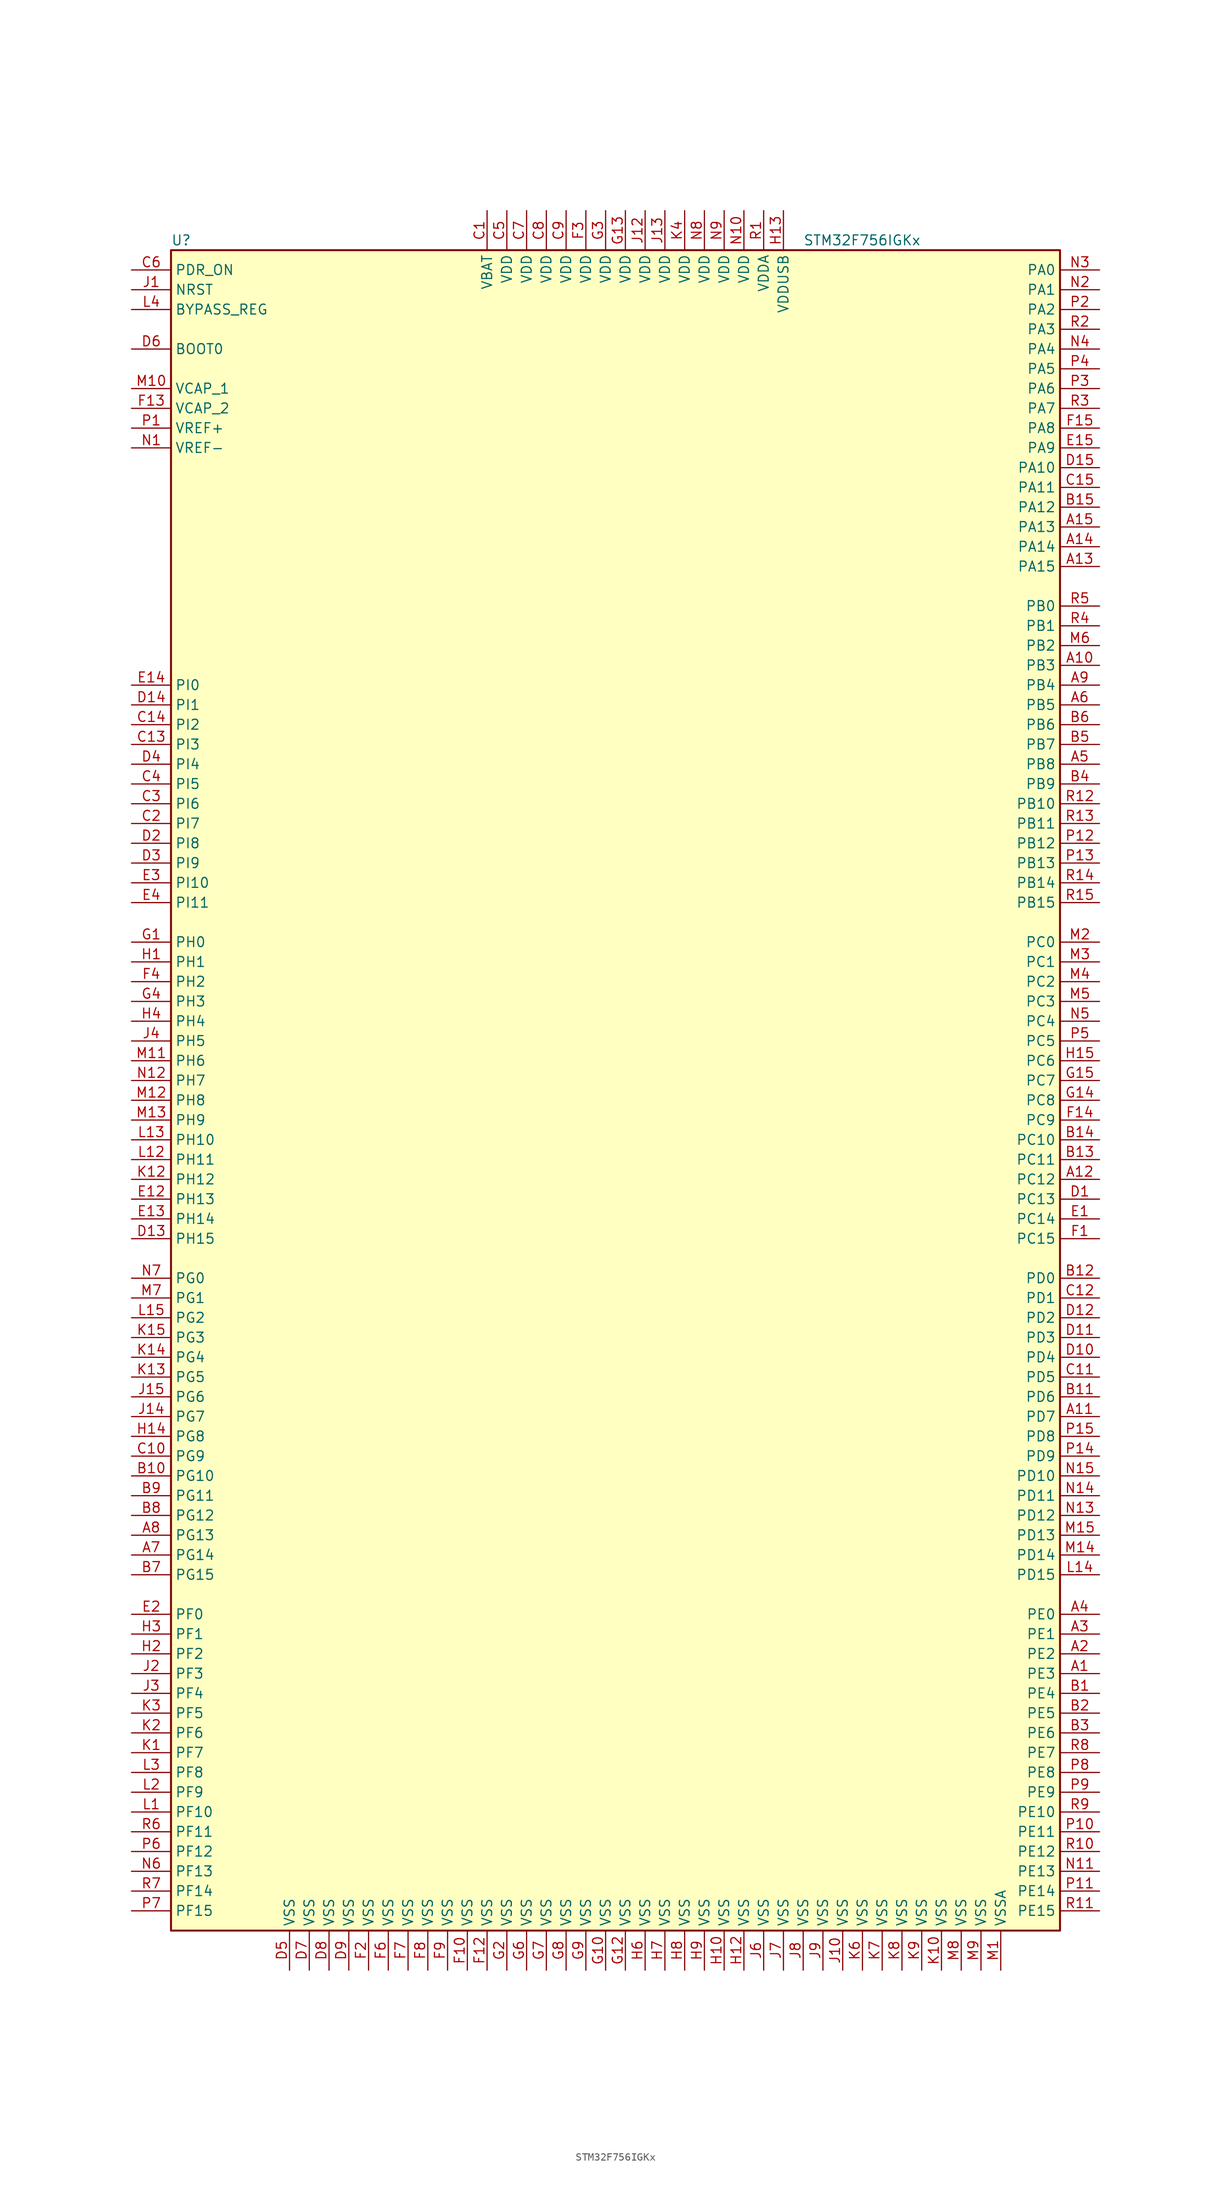
<source format=kicad_sym>
(kicad_symbol_lib
  (version 20201005)
  (generator kicad_symbol_editor)
  (symbol "STM32F756IGKx"
    (property "Reference" "U"
      (at -58.42 107.95 0)
      (effects (font (size 1.27 1.27)) (justify left)))
    (property "Value" "STM32F756IGKx"
      (at 22.86 107.95 0)
      (effects (font (size 1.27 1.27)) (justify left)))
    (symbol "STM32F756IGKx_0_1"
      (rectangle (start -58.42 -109.22) (end 55.88 106.68) (stroke (width 0.254)) (fill (type background))))
    (symbol "STM32F756IGKx_1_1"
      (pin input line (at -63.5 93.98 0) (length 5.08) (name "BOOT0" (effects (font (size 1.27 1.27)))) (number "D6" (effects (font (size 1.27 1.27)))))
      (pin input line (at -63.5 99.06 0) (length 5.08) (name "BYPASS_REG" (effects (font (size 1.27 1.27)))) (number "L4" (effects (font (size 1.27 1.27)))))
      (pin input line (at -63.5 101.6 0) (length 5.08) (name "NRST" (effects (font (size 1.27 1.27)))) (number "J1" (effects (font (size 1.27 1.27)))))
      (pin bidirectional line (at 60.96 104.14 180) (length 5.08) (name "PA0" (effects (font (size 1.27 1.27)))) (number "N3" (effects (font (size 1.27 1.27)))))
      (pin bidirectional line (at 60.96 101.6 180) (length 5.08) (name "PA1" (effects (font (size 1.27 1.27)))) (number "N2" (effects (font (size 1.27 1.27)))))
      (pin bidirectional line (at 60.96 78.74 180) (length 5.08) (name "PA10" (effects (font (size 1.27 1.27)))) (number "D15" (effects (font (size 1.27 1.27)))))
      (pin bidirectional line (at 60.96 76.2 180) (length 5.08) (name "PA11" (effects (font (size 1.27 1.27)))) (number "C15" (effects (font (size 1.27 1.27)))))
      (pin bidirectional line (at 60.96 73.66 180) (length 5.08) (name "PA12" (effects (font (size 1.27 1.27)))) (number "B15" (effects (font (size 1.27 1.27)))))
      (pin bidirectional line (at 60.96 71.12 180) (length 5.08) (name "PA13" (effects (font (size 1.27 1.27)))) (number "A15" (effects (font (size 1.27 1.27)))))
      (pin bidirectional line (at 60.96 68.58 180) (length 5.08) (name "PA14" (effects (font (size 1.27 1.27)))) (number "A14" (effects (font (size 1.27 1.27)))))
      (pin bidirectional line (at 60.96 66.04 180) (length 5.08) (name "PA15" (effects (font (size 1.27 1.27)))) (number "A13" (effects (font (size 1.27 1.27)))))
      (pin bidirectional line (at 60.96 99.06 180) (length 5.08) (name "PA2" (effects (font (size 1.27 1.27)))) (number "P2" (effects (font (size 1.27 1.27)))))
      (pin bidirectional line (at 60.96 96.52 180) (length 5.08) (name "PA3" (effects (font (size 1.27 1.27)))) (number "R2" (effects (font (size 1.27 1.27)))))
      (pin bidirectional line (at 60.96 93.98 180) (length 5.08) (name "PA4" (effects (font (size 1.27 1.27)))) (number "N4" (effects (font (size 1.27 1.27)))))
      (pin bidirectional line (at 60.96 91.44 180) (length 5.08) (name "PA5" (effects (font (size 1.27 1.27)))) (number "P4" (effects (font (size 1.27 1.27)))))
      (pin bidirectional line (at 60.96 88.9 180) (length 5.08) (name "PA6" (effects (font (size 1.27 1.27)))) (number "P3" (effects (font (size 1.27 1.27)))))
      (pin bidirectional line (at 60.96 86.36 180) (length 5.08) (name "PA7" (effects (font (size 1.27 1.27)))) (number "R3" (effects (font (size 1.27 1.27)))))
      (pin bidirectional line (at 60.96 83.82 180) (length 5.08) (name "PA8" (effects (font (size 1.27 1.27)))) (number "F15" (effects (font (size 1.27 1.27)))))
      (pin bidirectional line (at 60.96 81.28 180) (length 5.08) (name "PA9" (effects (font (size 1.27 1.27)))) (number "E15" (effects (font (size 1.27 1.27)))))
      (pin bidirectional line (at 60.96 60.96 180) (length 5.08) (name "PB0" (effects (font (size 1.27 1.27)))) (number "R5" (effects (font (size 1.27 1.27)))))
      (pin bidirectional line (at 60.96 58.42 180) (length 5.08) (name "PB1" (effects (font (size 1.27 1.27)))) (number "R4" (effects (font (size 1.27 1.27)))))
      (pin bidirectional line (at 60.96 35.56 180) (length 5.08) (name "PB10" (effects (font (size 1.27 1.27)))) (number "R12" (effects (font (size 1.27 1.27)))))
      (pin bidirectional line (at 60.96 33.02 180) (length 5.08) (name "PB11" (effects (font (size 1.27 1.27)))) (number "R13" (effects (font (size 1.27 1.27)))))
      (pin bidirectional line (at 60.96 30.48 180) (length 5.08) (name "PB12" (effects (font (size 1.27 1.27)))) (number "P12" (effects (font (size 1.27 1.27)))))
      (pin bidirectional line (at 60.96 27.94 180) (length 5.08) (name "PB13" (effects (font (size 1.27 1.27)))) (number "P13" (effects (font (size 1.27 1.27)))))
      (pin bidirectional line (at 60.96 25.4 180) (length 5.08) (name "PB14" (effects (font (size 1.27 1.27)))) (number "R14" (effects (font (size 1.27 1.27)))))
      (pin bidirectional line (at 60.96 22.86 180) (length 5.08) (name "PB15" (effects (font (size 1.27 1.27)))) (number "R15" (effects (font (size 1.27 1.27)))))
      (pin bidirectional line (at 60.96 55.88 180) (length 5.08) (name "PB2" (effects (font (size 1.27 1.27)))) (number "M6" (effects (font (size 1.27 1.27)))))
      (pin bidirectional line (at 60.96 53.34 180) (length 5.08) (name "PB3" (effects (font (size 1.27 1.27)))) (number "A10" (effects (font (size 1.27 1.27)))))
      (pin bidirectional line (at 60.96 50.8 180) (length 5.08) (name "PB4" (effects (font (size 1.27 1.27)))) (number "A9" (effects (font (size 1.27 1.27)))))
      (pin bidirectional line (at 60.96 48.26 180) (length 5.08) (name "PB5" (effects (font (size 1.27 1.27)))) (number "A6" (effects (font (size 1.27 1.27)))))
      (pin bidirectional line (at 60.96 45.72 180) (length 5.08) (name "PB6" (effects (font (size 1.27 1.27)))) (number "B6" (effects (font (size 1.27 1.27)))))
      (pin bidirectional line (at 60.96 43.18 180) (length 5.08) (name "PB7" (effects (font (size 1.27 1.27)))) (number "B5" (effects (font (size 1.27 1.27)))))
      (pin bidirectional line (at 60.96 40.64 180) (length 5.08) (name "PB8" (effects (font (size 1.27 1.27)))) (number "A5" (effects (font (size 1.27 1.27)))))
      (pin bidirectional line (at 60.96 38.1 180) (length 5.08) (name "PB9" (effects (font (size 1.27 1.27)))) (number "B4" (effects (font (size 1.27 1.27)))))
      (pin bidirectional line (at 60.96 17.78 180) (length 5.08) (name "PC0" (effects (font (size 1.27 1.27)))) (number "M2" (effects (font (size 1.27 1.27)))))
      (pin bidirectional line (at 60.96 15.24 180) (length 5.08) (name "PC1" (effects (font (size 1.27 1.27)))) (number "M3" (effects (font (size 1.27 1.27)))))
      (pin bidirectional line (at 60.96 -7.62 180) (length 5.08) (name "PC10" (effects (font (size 1.27 1.27)))) (number "B14" (effects (font (size 1.27 1.27)))))
      (pin bidirectional line (at 60.96 -10.16 180) (length 5.08) (name "PC11" (effects (font (size 1.27 1.27)))) (number "B13" (effects (font (size 1.27 1.27)))))
      (pin bidirectional line (at 60.96 -12.7 180) (length 5.08) (name "PC12" (effects (font (size 1.27 1.27)))) (number "A12" (effects (font (size 1.27 1.27)))))
      (pin bidirectional line (at 60.96 -15.24 180) (length 5.08) (name "PC13" (effects (font (size 1.27 1.27)))) (number "D1" (effects (font (size 1.27 1.27)))))
      (pin bidirectional line (at 60.96 -17.78 180) (length 5.08) (name "PC14" (effects (font (size 1.27 1.27)))) (number "E1" (effects (font (size 1.27 1.27)))))
      (pin bidirectional line (at 60.96 -20.32 180) (length 5.08) (name "PC15" (effects (font (size 1.27 1.27)))) (number "F1" (effects (font (size 1.27 1.27)))))
      (pin bidirectional line (at 60.96 12.7 180) (length 5.08) (name "PC2" (effects (font (size 1.27 1.27)))) (number "M4" (effects (font (size 1.27 1.27)))))
      (pin bidirectional line (at 60.96 10.16 180) (length 5.08) (name "PC3" (effects (font (size 1.27 1.27)))) (number "M5" (effects (font (size 1.27 1.27)))))
      (pin bidirectional line (at 60.96 7.62 180) (length 5.08) (name "PC4" (effects (font (size 1.27 1.27)))) (number "N5" (effects (font (size 1.27 1.27)))))
      (pin bidirectional line (at 60.96 5.08 180) (length 5.08) (name "PC5" (effects (font (size 1.27 1.27)))) (number "P5" (effects (font (size 1.27 1.27)))))
      (pin bidirectional line (at 60.96 2.54 180) (length 5.08) (name "PC6" (effects (font (size 1.27 1.27)))) (number "H15" (effects (font (size 1.27 1.27)))))
      (pin bidirectional line (at 60.96 0 180) (length 5.08) (name "PC7" (effects (font (size 1.27 1.27)))) (number "G15" (effects (font (size 1.27 1.27)))))
      (pin bidirectional line (at 60.96 -2.54 180) (length 5.08) (name "PC8" (effects (font (size 1.27 1.27)))) (number "G14" (effects (font (size 1.27 1.27)))))
      (pin bidirectional line (at 60.96 -5.08 180) (length 5.08) (name "PC9" (effects (font (size 1.27 1.27)))) (number "F14" (effects (font (size 1.27 1.27)))))
      (pin bidirectional line (at 60.96 -25.4 180) (length 5.08) (name "PD0" (effects (font (size 1.27 1.27)))) (number "B12" (effects (font (size 1.27 1.27)))))
      (pin bidirectional line (at 60.96 -27.94 180) (length 5.08) (name "PD1" (effects (font (size 1.27 1.27)))) (number "C12" (effects (font (size 1.27 1.27)))))
      (pin bidirectional line (at 60.96 -50.8 180) (length 5.08) (name "PD10" (effects (font (size 1.27 1.27)))) (number "N15" (effects (font (size 1.27 1.27)))))
      (pin bidirectional line (at 60.96 -53.34 180) (length 5.08) (name "PD11" (effects (font (size 1.27 1.27)))) (number "N14" (effects (font (size 1.27 1.27)))))
      (pin bidirectional line (at 60.96 -55.88 180) (length 5.08) (name "PD12" (effects (font (size 1.27 1.27)))) (number "N13" (effects (font (size 1.27 1.27)))))
      (pin bidirectional line (at 60.96 -58.42 180) (length 5.08) (name "PD13" (effects (font (size 1.27 1.27)))) (number "M15" (effects (font (size 1.27 1.27)))))
      (pin bidirectional line (at 60.96 -60.96 180) (length 5.08) (name "PD14" (effects (font (size 1.27 1.27)))) (number "M14" (effects (font (size 1.27 1.27)))))
      (pin bidirectional line (at 60.96 -63.5 180) (length 5.08) (name "PD15" (effects (font (size 1.27 1.27)))) (number "L14" (effects (font (size 1.27 1.27)))))
      (pin bidirectional line (at 60.96 -30.48 180) (length 5.08) (name "PD2" (effects (font (size 1.27 1.27)))) (number "D12" (effects (font (size 1.27 1.27)))))
      (pin bidirectional line (at 60.96 -33.02 180) (length 5.08) (name "PD3" (effects (font (size 1.27 1.27)))) (number "D11" (effects (font (size 1.27 1.27)))))
      (pin bidirectional line (at 60.96 -35.56 180) (length 5.08) (name "PD4" (effects (font (size 1.27 1.27)))) (number "D10" (effects (font (size 1.27 1.27)))))
      (pin bidirectional line (at 60.96 -38.1 180) (length 5.08) (name "PD5" (effects (font (size 1.27 1.27)))) (number "C11" (effects (font (size 1.27 1.27)))))
      (pin bidirectional line (at 60.96 -40.64 180) (length 5.08) (name "PD6" (effects (font (size 1.27 1.27)))) (number "B11" (effects (font (size 1.27 1.27)))))
      (pin bidirectional line (at 60.96 -43.18 180) (length 5.08) (name "PD7" (effects (font (size 1.27 1.27)))) (number "A11" (effects (font (size 1.27 1.27)))))
      (pin bidirectional line (at 60.96 -45.72 180) (length 5.08) (name "PD8" (effects (font (size 1.27 1.27)))) (number "P15" (effects (font (size 1.27 1.27)))))
      (pin bidirectional line (at 60.96 -48.26 180) (length 5.08) (name "PD9" (effects (font (size 1.27 1.27)))) (number "P14" (effects (font (size 1.27 1.27)))))
      (pin input line (at -63.5 104.14 0) (length 5.08) (name "PDR_ON" (effects (font (size 1.27 1.27)))) (number "C6" (effects (font (size 1.27 1.27)))))
      (pin bidirectional line (at 60.96 -68.58 180) (length 5.08) (name "PE0" (effects (font (size 1.27 1.27)))) (number "A4" (effects (font (size 1.27 1.27)))))
      (pin bidirectional line (at 60.96 -71.12 180) (length 5.08) (name "PE1" (effects (font (size 1.27 1.27)))) (number "A3" (effects (font (size 1.27 1.27)))))
      (pin bidirectional line (at 60.96 -93.98 180) (length 5.08) (name "PE10" (effects (font (size 1.27 1.27)))) (number "R9" (effects (font (size 1.27 1.27)))))
      (pin bidirectional line (at 60.96 -96.52 180) (length 5.08) (name "PE11" (effects (font (size 1.27 1.27)))) (number "P10" (effects (font (size 1.27 1.27)))))
      (pin bidirectional line (at 60.96 -99.06 180) (length 5.08) (name "PE12" (effects (font (size 1.27 1.27)))) (number "R10" (effects (font (size 1.27 1.27)))))
      (pin bidirectional line (at 60.96 -101.6 180) (length 5.08) (name "PE13" (effects (font (size 1.27 1.27)))) (number "N11" (effects (font (size 1.27 1.27)))))
      (pin bidirectional line (at 60.96 -104.14 180) (length 5.08) (name "PE14" (effects (font (size 1.27 1.27)))) (number "P11" (effects (font (size 1.27 1.27)))))
      (pin bidirectional line (at 60.96 -106.68 180) (length 5.08) (name "PE15" (effects (font (size 1.27 1.27)))) (number "R11" (effects (font (size 1.27 1.27)))))
      (pin bidirectional line (at 60.96 -73.66 180) (length 5.08) (name "PE2" (effects (font (size 1.27 1.27)))) (number "A2" (effects (font (size 1.27 1.27)))))
      (pin bidirectional line (at 60.96 -76.2 180) (length 5.08) (name "PE3" (effects (font (size 1.27 1.27)))) (number "A1" (effects (font (size 1.27 1.27)))))
      (pin bidirectional line (at 60.96 -78.74 180) (length 5.08) (name "PE4" (effects (font (size 1.27 1.27)))) (number "B1" (effects (font (size 1.27 1.27)))))
      (pin bidirectional line (at 60.96 -81.28 180) (length 5.08) (name "PE5" (effects (font (size 1.27 1.27)))) (number "B2" (effects (font (size 1.27 1.27)))))
      (pin bidirectional line (at 60.96 -83.82 180) (length 5.08) (name "PE6" (effects (font (size 1.27 1.27)))) (number "B3" (effects (font (size 1.27 1.27)))))
      (pin bidirectional line (at 60.96 -86.36 180) (length 5.08) (name "PE7" (effects (font (size 1.27 1.27)))) (number "R8" (effects (font (size 1.27 1.27)))))
      (pin bidirectional line (at 60.96 -88.9 180) (length 5.08) (name "PE8" (effects (font (size 1.27 1.27)))) (number "P8" (effects (font (size 1.27 1.27)))))
      (pin bidirectional line (at 60.96 -91.44 180) (length 5.08) (name "PE9" (effects (font (size 1.27 1.27)))) (number "P9" (effects (font (size 1.27 1.27)))))
      (pin bidirectional line (at -63.5 -68.58 0) (length 5.08) (name "PF0" (effects (font (size 1.27 1.27)))) (number "E2" (effects (font (size 1.27 1.27)))))
      (pin bidirectional line (at -63.5 -71.12 0) (length 5.08) (name "PF1" (effects (font (size 1.27 1.27)))) (number "H3" (effects (font (size 1.27 1.27)))))
      (pin bidirectional line (at -63.5 -93.98 0) (length 5.08) (name "PF10" (effects (font (size 1.27 1.27)))) (number "L1" (effects (font (size 1.27 1.27)))))
      (pin bidirectional line (at -63.5 -96.52 0) (length 5.08) (name "PF11" (effects (font (size 1.27 1.27)))) (number "R6" (effects (font (size 1.27 1.27)))))
      (pin bidirectional line (at -63.5 -99.06 0) (length 5.08) (name "PF12" (effects (font (size 1.27 1.27)))) (number "P6" (effects (font (size 1.27 1.27)))))
      (pin bidirectional line (at -63.5 -101.6 0) (length 5.08) (name "PF13" (effects (font (size 1.27 1.27)))) (number "N6" (effects (font (size 1.27 1.27)))))
      (pin bidirectional line (at -63.5 -104.14 0) (length 5.08) (name "PF14" (effects (font (size 1.27 1.27)))) (number "R7" (effects (font (size 1.27 1.27)))))
      (pin bidirectional line (at -63.5 -106.68 0) (length 5.08) (name "PF15" (effects (font (size 1.27 1.27)))) (number "P7" (effects (font (size 1.27 1.27)))))
      (pin bidirectional line (at -63.5 -73.66 0) (length 5.08) (name "PF2" (effects (font (size 1.27 1.27)))) (number "H2" (effects (font (size 1.27 1.27)))))
      (pin bidirectional line (at -63.5 -76.2 0) (length 5.08) (name "PF3" (effects (font (size 1.27 1.27)))) (number "J2" (effects (font (size 1.27 1.27)))))
      (pin bidirectional line (at -63.5 -78.74 0) (length 5.08) (name "PF4" (effects (font (size 1.27 1.27)))) (number "J3" (effects (font (size 1.27 1.27)))))
      (pin bidirectional line (at -63.5 -81.28 0) (length 5.08) (name "PF5" (effects (font (size 1.27 1.27)))) (number "K3" (effects (font (size 1.27 1.27)))))
      (pin bidirectional line (at -63.5 -83.82 0) (length 5.08) (name "PF6" (effects (font (size 1.27 1.27)))) (number "K2" (effects (font (size 1.27 1.27)))))
      (pin bidirectional line (at -63.5 -86.36 0) (length 5.08) (name "PF7" (effects (font (size 1.27 1.27)))) (number "K1" (effects (font (size 1.27 1.27)))))
      (pin bidirectional line (at -63.5 -88.9 0) (length 5.08) (name "PF8" (effects (font (size 1.27 1.27)))) (number "L3" (effects (font (size 1.27 1.27)))))
      (pin bidirectional line (at -63.5 -91.44 0) (length 5.08) (name "PF9" (effects (font (size 1.27 1.27)))) (number "L2" (effects (font (size 1.27 1.27)))))
      (pin bidirectional line (at -63.5 -25.4 0) (length 5.08) (name "PG0" (effects (font (size 1.27 1.27)))) (number "N7" (effects (font (size 1.27 1.27)))))
      (pin bidirectional line (at -63.5 -27.94 0) (length 5.08) (name "PG1" (effects (font (size 1.27 1.27)))) (number "M7" (effects (font (size 1.27 1.27)))))
      (pin bidirectional line (at -63.5 -50.8 0) (length 5.08) (name "PG10" (effects (font (size 1.27 1.27)))) (number "B10" (effects (font (size 1.27 1.27)))))
      (pin bidirectional line (at -63.5 -53.34 0) (length 5.08) (name "PG11" (effects (font (size 1.27 1.27)))) (number "B9" (effects (font (size 1.27 1.27)))))
      (pin bidirectional line (at -63.5 -55.88 0) (length 5.08) (name "PG12" (effects (font (size 1.27 1.27)))) (number "B8" (effects (font (size 1.27 1.27)))))
      (pin bidirectional line (at -63.5 -58.42 0) (length 5.08) (name "PG13" (effects (font (size 1.27 1.27)))) (number "A8" (effects (font (size 1.27 1.27)))))
      (pin bidirectional line (at -63.5 -60.96 0) (length 5.08) (name "PG14" (effects (font (size 1.27 1.27)))) (number "A7" (effects (font (size 1.27 1.27)))))
      (pin bidirectional line (at -63.5 -63.5 0) (length 5.08) (name "PG15" (effects (font (size 1.27 1.27)))) (number "B7" (effects (font (size 1.27 1.27)))))
      (pin bidirectional line (at -63.5 -30.48 0) (length 5.08) (name "PG2" (effects (font (size 1.27 1.27)))) (number "L15" (effects (font (size 1.27 1.27)))))
      (pin bidirectional line (at -63.5 -33.02 0) (length 5.08) (name "PG3" (effects (font (size 1.27 1.27)))) (number "K15" (effects (font (size 1.27 1.27)))))
      (pin bidirectional line (at -63.5 -35.56 0) (length 5.08) (name "PG4" (effects (font (size 1.27 1.27)))) (number "K14" (effects (font (size 1.27 1.27)))))
      (pin bidirectional line (at -63.5 -38.1 0) (length 5.08) (name "PG5" (effects (font (size 1.27 1.27)))) (number "K13" (effects (font (size 1.27 1.27)))))
      (pin bidirectional line (at -63.5 -40.64 0) (length 5.08) (name "PG6" (effects (font (size 1.27 1.27)))) (number "J15" (effects (font (size 1.27 1.27)))))
      (pin bidirectional line (at -63.5 -43.18 0) (length 5.08) (name "PG7" (effects (font (size 1.27 1.27)))) (number "J14" (effects (font (size 1.27 1.27)))))
      (pin bidirectional line (at -63.5 -45.72 0) (length 5.08) (name "PG8" (effects (font (size 1.27 1.27)))) (number "H14" (effects (font (size 1.27 1.27)))))
      (pin bidirectional line (at -63.5 -48.26 0) (length 5.08) (name "PG9" (effects (font (size 1.27 1.27)))) (number "C10" (effects (font (size 1.27 1.27)))))
      (pin input line (at -63.5 17.78 0) (length 5.08) (name "PH0" (effects (font (size 1.27 1.27)))) (number "G1" (effects (font (size 1.27 1.27)))))
      (pin input line (at -63.5 15.24 0) (length 5.08) (name "PH1" (effects (font (size 1.27 1.27)))) (number "H1" (effects (font (size 1.27 1.27)))))
      (pin bidirectional line (at -63.5 -7.62 0) (length 5.08) (name "PH10" (effects (font (size 1.27 1.27)))) (number "L13" (effects (font (size 1.27 1.27)))))
      (pin bidirectional line (at -63.5 -10.16 0) (length 5.08) (name "PH11" (effects (font (size 1.27 1.27)))) (number "L12" (effects (font (size 1.27 1.27)))))
      (pin bidirectional line (at -63.5 -12.7 0) (length 5.08) (name "PH12" (effects (font (size 1.27 1.27)))) (number "K12" (effects (font (size 1.27 1.27)))))
      (pin bidirectional line (at -63.5 -15.24 0) (length 5.08) (name "PH13" (effects (font (size 1.27 1.27)))) (number "E12" (effects (font (size 1.27 1.27)))))
      (pin bidirectional line (at -63.5 -17.78 0) (length 5.08) (name "PH14" (effects (font (size 1.27 1.27)))) (number "E13" (effects (font (size 1.27 1.27)))))
      (pin bidirectional line (at -63.5 -20.32 0) (length 5.08) (name "PH15" (effects (font (size 1.27 1.27)))) (number "D13" (effects (font (size 1.27 1.27)))))
      (pin bidirectional line (at -63.5 12.7 0) (length 5.08) (name "PH2" (effects (font (size 1.27 1.27)))) (number "F4" (effects (font (size 1.27 1.27)))))
      (pin bidirectional line (at -63.5 10.16 0) (length 5.08) (name "PH3" (effects (font (size 1.27 1.27)))) (number "G4" (effects (font (size 1.27 1.27)))))
      (pin bidirectional line (at -63.5 7.62 0) (length 5.08) (name "PH4" (effects (font (size 1.27 1.27)))) (number "H4" (effects (font (size 1.27 1.27)))))
      (pin bidirectional line (at -63.5 5.08 0) (length 5.08) (name "PH5" (effects (font (size 1.27 1.27)))) (number "J4" (effects (font (size 1.27 1.27)))))
      (pin bidirectional line (at -63.5 2.54 0) (length 5.08) (name "PH6" (effects (font (size 1.27 1.27)))) (number "M11" (effects (font (size 1.27 1.27)))))
      (pin bidirectional line (at -63.5 0 0) (length 5.08) (name "PH7" (effects (font (size 1.27 1.27)))) (number "N12" (effects (font (size 1.27 1.27)))))
      (pin bidirectional line (at -63.5 -2.54 0) (length 5.08) (name "PH8" (effects (font (size 1.27 1.27)))) (number "M12" (effects (font (size 1.27 1.27)))))
      (pin bidirectional line (at -63.5 -5.08 0) (length 5.08) (name "PH9" (effects (font (size 1.27 1.27)))) (number "M13" (effects (font (size 1.27 1.27)))))
      (pin bidirectional line (at -63.5 50.8 0) (length 5.08) (name "PI0" (effects (font (size 1.27 1.27)))) (number "E14" (effects (font (size 1.27 1.27)))))
      (pin bidirectional line (at -63.5 48.26 0) (length 5.08) (name "PI1" (effects (font (size 1.27 1.27)))) (number "D14" (effects (font (size 1.27 1.27)))))
      (pin bidirectional line (at -63.5 25.4 0) (length 5.08) (name "PI10" (effects (font (size 1.27 1.27)))) (number "E3" (effects (font (size 1.27 1.27)))))
      (pin bidirectional line (at -63.5 22.86 0) (length 5.08) (name "PI11" (effects (font (size 1.27 1.27)))) (number "E4" (effects (font (size 1.27 1.27)))))
      (pin bidirectional line (at -63.5 45.72 0) (length 5.08) (name "PI2" (effects (font (size 1.27 1.27)))) (number "C14" (effects (font (size 1.27 1.27)))))
      (pin bidirectional line (at -63.5 43.18 0) (length 5.08) (name "PI3" (effects (font (size 1.27 1.27)))) (number "C13" (effects (font (size 1.27 1.27)))))
      (pin bidirectional line (at -63.5 40.64 0) (length 5.08) (name "PI4" (effects (font (size 1.27 1.27)))) (number "D4" (effects (font (size 1.27 1.27)))))
      (pin bidirectional line (at -63.5 38.1 0) (length 5.08) (name "PI5" (effects (font (size 1.27 1.27)))) (number "C4" (effects (font (size 1.27 1.27)))))
      (pin bidirectional line (at -63.5 35.56 0) (length 5.08) (name "PI6" (effects (font (size 1.27 1.27)))) (number "C3" (effects (font (size 1.27 1.27)))))
      (pin bidirectional line (at -63.5 33.02 0) (length 5.08) (name "PI7" (effects (font (size 1.27 1.27)))) (number "C2" (effects (font (size 1.27 1.27)))))
      (pin bidirectional line (at -63.5 30.48 0) (length 5.08) (name "PI8" (effects (font (size 1.27 1.27)))) (number "D2" (effects (font (size 1.27 1.27)))))
      (pin bidirectional line (at -63.5 27.94 0) (length 5.08) (name "PI9" (effects (font (size 1.27 1.27)))) (number "D3" (effects (font (size 1.27 1.27)))))
      (pin power_in line (at -17.78 111.76 270) (length 5.08) (name "VBAT" (effects (font (size 1.27 1.27)))) (number "C1" (effects (font (size 1.27 1.27)))))
      (pin power_in line (at -63.5 88.9 0) (length 5.08) (name "VCAP_1" (effects (font (size 1.27 1.27)))) (number "M10" (effects (font (size 1.27 1.27)))))
      (pin power_in line (at -63.5 86.36 0) (length 5.08) (name "VCAP_2" (effects (font (size 1.27 1.27)))) (number "F13" (effects (font (size 1.27 1.27)))))
      (pin power_in line (at -15.24 111.76 270) (length 5.08) (name "VDD" (effects (font (size 1.27 1.27)))) (number "C5" (effects (font (size 1.27 1.27)))))
      (pin power_in line (at -12.7 111.76 270) (length 5.08) (name "VDD" (effects (font (size 1.27 1.27)))) (number "C7" (effects (font (size 1.27 1.27)))))
      (pin power_in line (at -10.16 111.76 270) (length 5.08) (name "VDD" (effects (font (size 1.27 1.27)))) (number "C8" (effects (font (size 1.27 1.27)))))
      (pin power_in line (at -7.62 111.76 270) (length 5.08) (name "VDD" (effects (font (size 1.27 1.27)))) (number "C9" (effects (font (size 1.27 1.27)))))
      (pin power_in line (at -5.08 111.76 270) (length 5.08) (name "VDD" (effects (font (size 1.27 1.27)))) (number "F3" (effects (font (size 1.27 1.27)))))
      (pin power_in line (at 0 111.76 270) (length 5.08) (name "VDD" (effects (font (size 1.27 1.27)))) (number "G13" (effects (font (size 1.27 1.27)))))
      (pin power_in line (at -2.54 111.76 270) (length 5.08) (name "VDD" (effects (font (size 1.27 1.27)))) (number "G3" (effects (font (size 1.27 1.27)))))
      (pin power_in line (at 2.54 111.76 270) (length 5.08) (name "VDD" (effects (font (size 1.27 1.27)))) (number "J12" (effects (font (size 1.27 1.27)))))
      (pin power_in line (at 5.08 111.76 270) (length 5.08) (name "VDD" (effects (font (size 1.27 1.27)))) (number "J13" (effects (font (size 1.27 1.27)))))
      (pin power_in line (at 7.62 111.76 270) (length 5.08) (name "VDD" (effects (font (size 1.27 1.27)))) (number "K4" (effects (font (size 1.27 1.27)))))
      (pin power_in line (at 15.24 111.76 270) (length 5.08) (name "VDD" (effects (font (size 1.27 1.27)))) (number "N10" (effects (font (size 1.27 1.27)))))
      (pin power_in line (at 10.16 111.76 270) (length 5.08) (name "VDD" (effects (font (size 1.27 1.27)))) (number "N8" (effects (font (size 1.27 1.27)))))
      (pin power_in line (at 12.7 111.76 270) (length 5.08) (name "VDD" (effects (font (size 1.27 1.27)))) (number "N9" (effects (font (size 1.27 1.27)))))
      (pin power_in line (at 17.78 111.76 270) (length 5.08) (name "VDDA" (effects (font (size 1.27 1.27)))) (number "R1" (effects (font (size 1.27 1.27)))))
      (pin power_in line (at 20.32 111.76 270) (length 5.08) (name "VDDUSB" (effects (font (size 1.27 1.27)))) (number "H13" (effects (font (size 1.27 1.27)))))
      (pin power_in line (at -63.5 83.82 0) (length 5.08) (name "VREF+" (effects (font (size 1.27 1.27)))) (number "P1" (effects (font (size 1.27 1.27)))))
      (pin power_in line (at -63.5 81.28 0) (length 5.08) (name "VREF-" (effects (font (size 1.27 1.27)))) (number "N1" (effects (font (size 1.27 1.27)))))
      (pin power_in line (at -43.18 -114.3 90) (length 5.08) (name "VSS" (effects (font (size 1.27 1.27)))) (number "D5" (effects (font (size 1.27 1.27)))))
      (pin power_in line (at -40.64 -114.3 90) (length 5.08) (name "VSS" (effects (font (size 1.27 1.27)))) (number "D7" (effects (font (size 1.27 1.27)))))
      (pin power_in line (at -38.1 -114.3 90) (length 5.08) (name "VSS" (effects (font (size 1.27 1.27)))) (number "D8" (effects (font (size 1.27 1.27)))))
      (pin power_in line (at -35.56 -114.3 90) (length 5.08) (name "VSS" (effects (font (size 1.27 1.27)))) (number "D9" (effects (font (size 1.27 1.27)))))
      (pin power_in line (at -20.32 -114.3 90) (length 5.08) (name "VSS" (effects (font (size 1.27 1.27)))) (number "F10" (effects (font (size 1.27 1.27)))))
      (pin power_in line (at -17.78 -114.3 90) (length 5.08) (name "VSS" (effects (font (size 1.27 1.27)))) (number "F12" (effects (font (size 1.27 1.27)))))
      (pin power_in line (at -33.02 -114.3 90) (length 5.08) (name "VSS" (effects (font (size 1.27 1.27)))) (number "F2" (effects (font (size 1.27 1.27)))))
      (pin power_in line (at -30.48 -114.3 90) (length 5.08) (name "VSS" (effects (font (size 1.27 1.27)))) (number "F6" (effects (font (size 1.27 1.27)))))
      (pin power_in line (at -27.94 -114.3 90) (length 5.08) (name "VSS" (effects (font (size 1.27 1.27)))) (number "F7" (effects (font (size 1.27 1.27)))))
      (pin power_in line (at -25.4 -114.3 90) (length 5.08) (name "VSS" (effects (font (size 1.27 1.27)))) (number "F8" (effects (font (size 1.27 1.27)))))
      (pin power_in line (at -22.86 -114.3 90) (length 5.08) (name "VSS" (effects (font (size 1.27 1.27)))) (number "F9" (effects (font (size 1.27 1.27)))))
      (pin power_in line (at -2.54 -114.3 90) (length 5.08) (name "VSS" (effects (font (size 1.27 1.27)))) (number "G10" (effects (font (size 1.27 1.27)))))
      (pin power_in line (at 0 -114.3 90) (length 5.08) (name "VSS" (effects (font (size 1.27 1.27)))) (number "G12" (effects (font (size 1.27 1.27)))))
      (pin power_in line (at -15.24 -114.3 90) (length 5.08) (name "VSS" (effects (font (size 1.27 1.27)))) (number "G2" (effects (font (size 1.27 1.27)))))
      (pin power_in line (at -12.7 -114.3 90) (length 5.08) (name "VSS" (effects (font (size 1.27 1.27)))) (number "G6" (effects (font (size 1.27 1.27)))))
      (pin power_in line (at -10.16 -114.3 90) (length 5.08) (name "VSS" (effects (font (size 1.27 1.27)))) (number "G7" (effects (font (size 1.27 1.27)))))
      (pin power_in line (at -7.62 -114.3 90) (length 5.08) (name "VSS" (effects (font (size 1.27 1.27)))) (number "G8" (effects (font (size 1.27 1.27)))))
      (pin power_in line (at -5.08 -114.3 90) (length 5.08) (name "VSS" (effects (font (size 1.27 1.27)))) (number "G9" (effects (font (size 1.27 1.27)))))
      (pin power_in line (at 12.7 -114.3 90) (length 5.08) (name "VSS" (effects (font (size 1.27 1.27)))) (number "H10" (effects (font (size 1.27 1.27)))))
      (pin power_in line (at 15.24 -114.3 90) (length 5.08) (name "VSS" (effects (font (size 1.27 1.27)))) (number "H12" (effects (font (size 1.27 1.27)))))
      (pin power_in line (at 2.54 -114.3 90) (length 5.08) (name "VSS" (effects (font (size 1.27 1.27)))) (number "H6" (effects (font (size 1.27 1.27)))))
      (pin power_in line (at 5.08 -114.3 90) (length 5.08) (name "VSS" (effects (font (size 1.27 1.27)))) (number "H7" (effects (font (size 1.27 1.27)))))
      (pin power_in line (at 7.62 -114.3 90) (length 5.08) (name "VSS" (effects (font (size 1.27 1.27)))) (number "H8" (effects (font (size 1.27 1.27)))))
      (pin power_in line (at 10.16 -114.3 90) (length 5.08) (name "VSS" (effects (font (size 1.27 1.27)))) (number "H9" (effects (font (size 1.27 1.27)))))
      (pin power_in line (at 27.94 -114.3 90) (length 5.08) (name "VSS" (effects (font (size 1.27 1.27)))) (number "J10" (effects (font (size 1.27 1.27)))))
      (pin power_in line (at 17.78 -114.3 90) (length 5.08) (name "VSS" (effects (font (size 1.27 1.27)))) (number "J6" (effects (font (size 1.27 1.27)))))
      (pin power_in line (at 20.32 -114.3 90) (length 5.08) (name "VSS" (effects (font (size 1.27 1.27)))) (number "J7" (effects (font (size 1.27 1.27)))))
      (pin power_in line (at 22.86 -114.3 90) (length 5.08) (name "VSS" (effects (font (size 1.27 1.27)))) (number "J8" (effects (font (size 1.27 1.27)))))
      (pin power_in line (at 25.4 -114.3 90) (length 5.08) (name "VSS" (effects (font (size 1.27 1.27)))) (number "J9" (effects (font (size 1.27 1.27)))))
      (pin power_in line (at 40.64 -114.3 90) (length 5.08) (name "VSS" (effects (font (size 1.27 1.27)))) (number "K10" (effects (font (size 1.27 1.27)))))
      (pin power_in line (at 30.48 -114.3 90) (length 5.08) (name "VSS" (effects (font (size 1.27 1.27)))) (number "K6" (effects (font (size 1.27 1.27)))))
      (pin power_in line (at 33.02 -114.3 90) (length 5.08) (name "VSS" (effects (font (size 1.27 1.27)))) (number "K7" (effects (font (size 1.27 1.27)))))
      (pin power_in line (at 35.56 -114.3 90) (length 5.08) (name "VSS" (effects (font (size 1.27 1.27)))) (number "K8" (effects (font (size 1.27 1.27)))))
      (pin power_in line (at 38.1 -114.3 90) (length 5.08) (name "VSS" (effects (font (size 1.27 1.27)))) (number "K9" (effects (font (size 1.27 1.27)))))
      (pin power_in line (at 43.18 -114.3 90) (length 5.08) (name "VSS" (effects (font (size 1.27 1.27)))) (number "M8" (effects (font (size 1.27 1.27)))))
      (pin power_in line (at 45.72 -114.3 90) (length 5.08) (name "VSS" (effects (font (size 1.27 1.27)))) (number "M9" (effects (font (size 1.27 1.27)))))
      (pin power_in line (at 48.26 -114.3 90) (length 5.08) (name "VSSA" (effects (font (size 1.27 1.27)))) (number "M1" (effects (font (size 1.27 1.27))))))))
</source>
